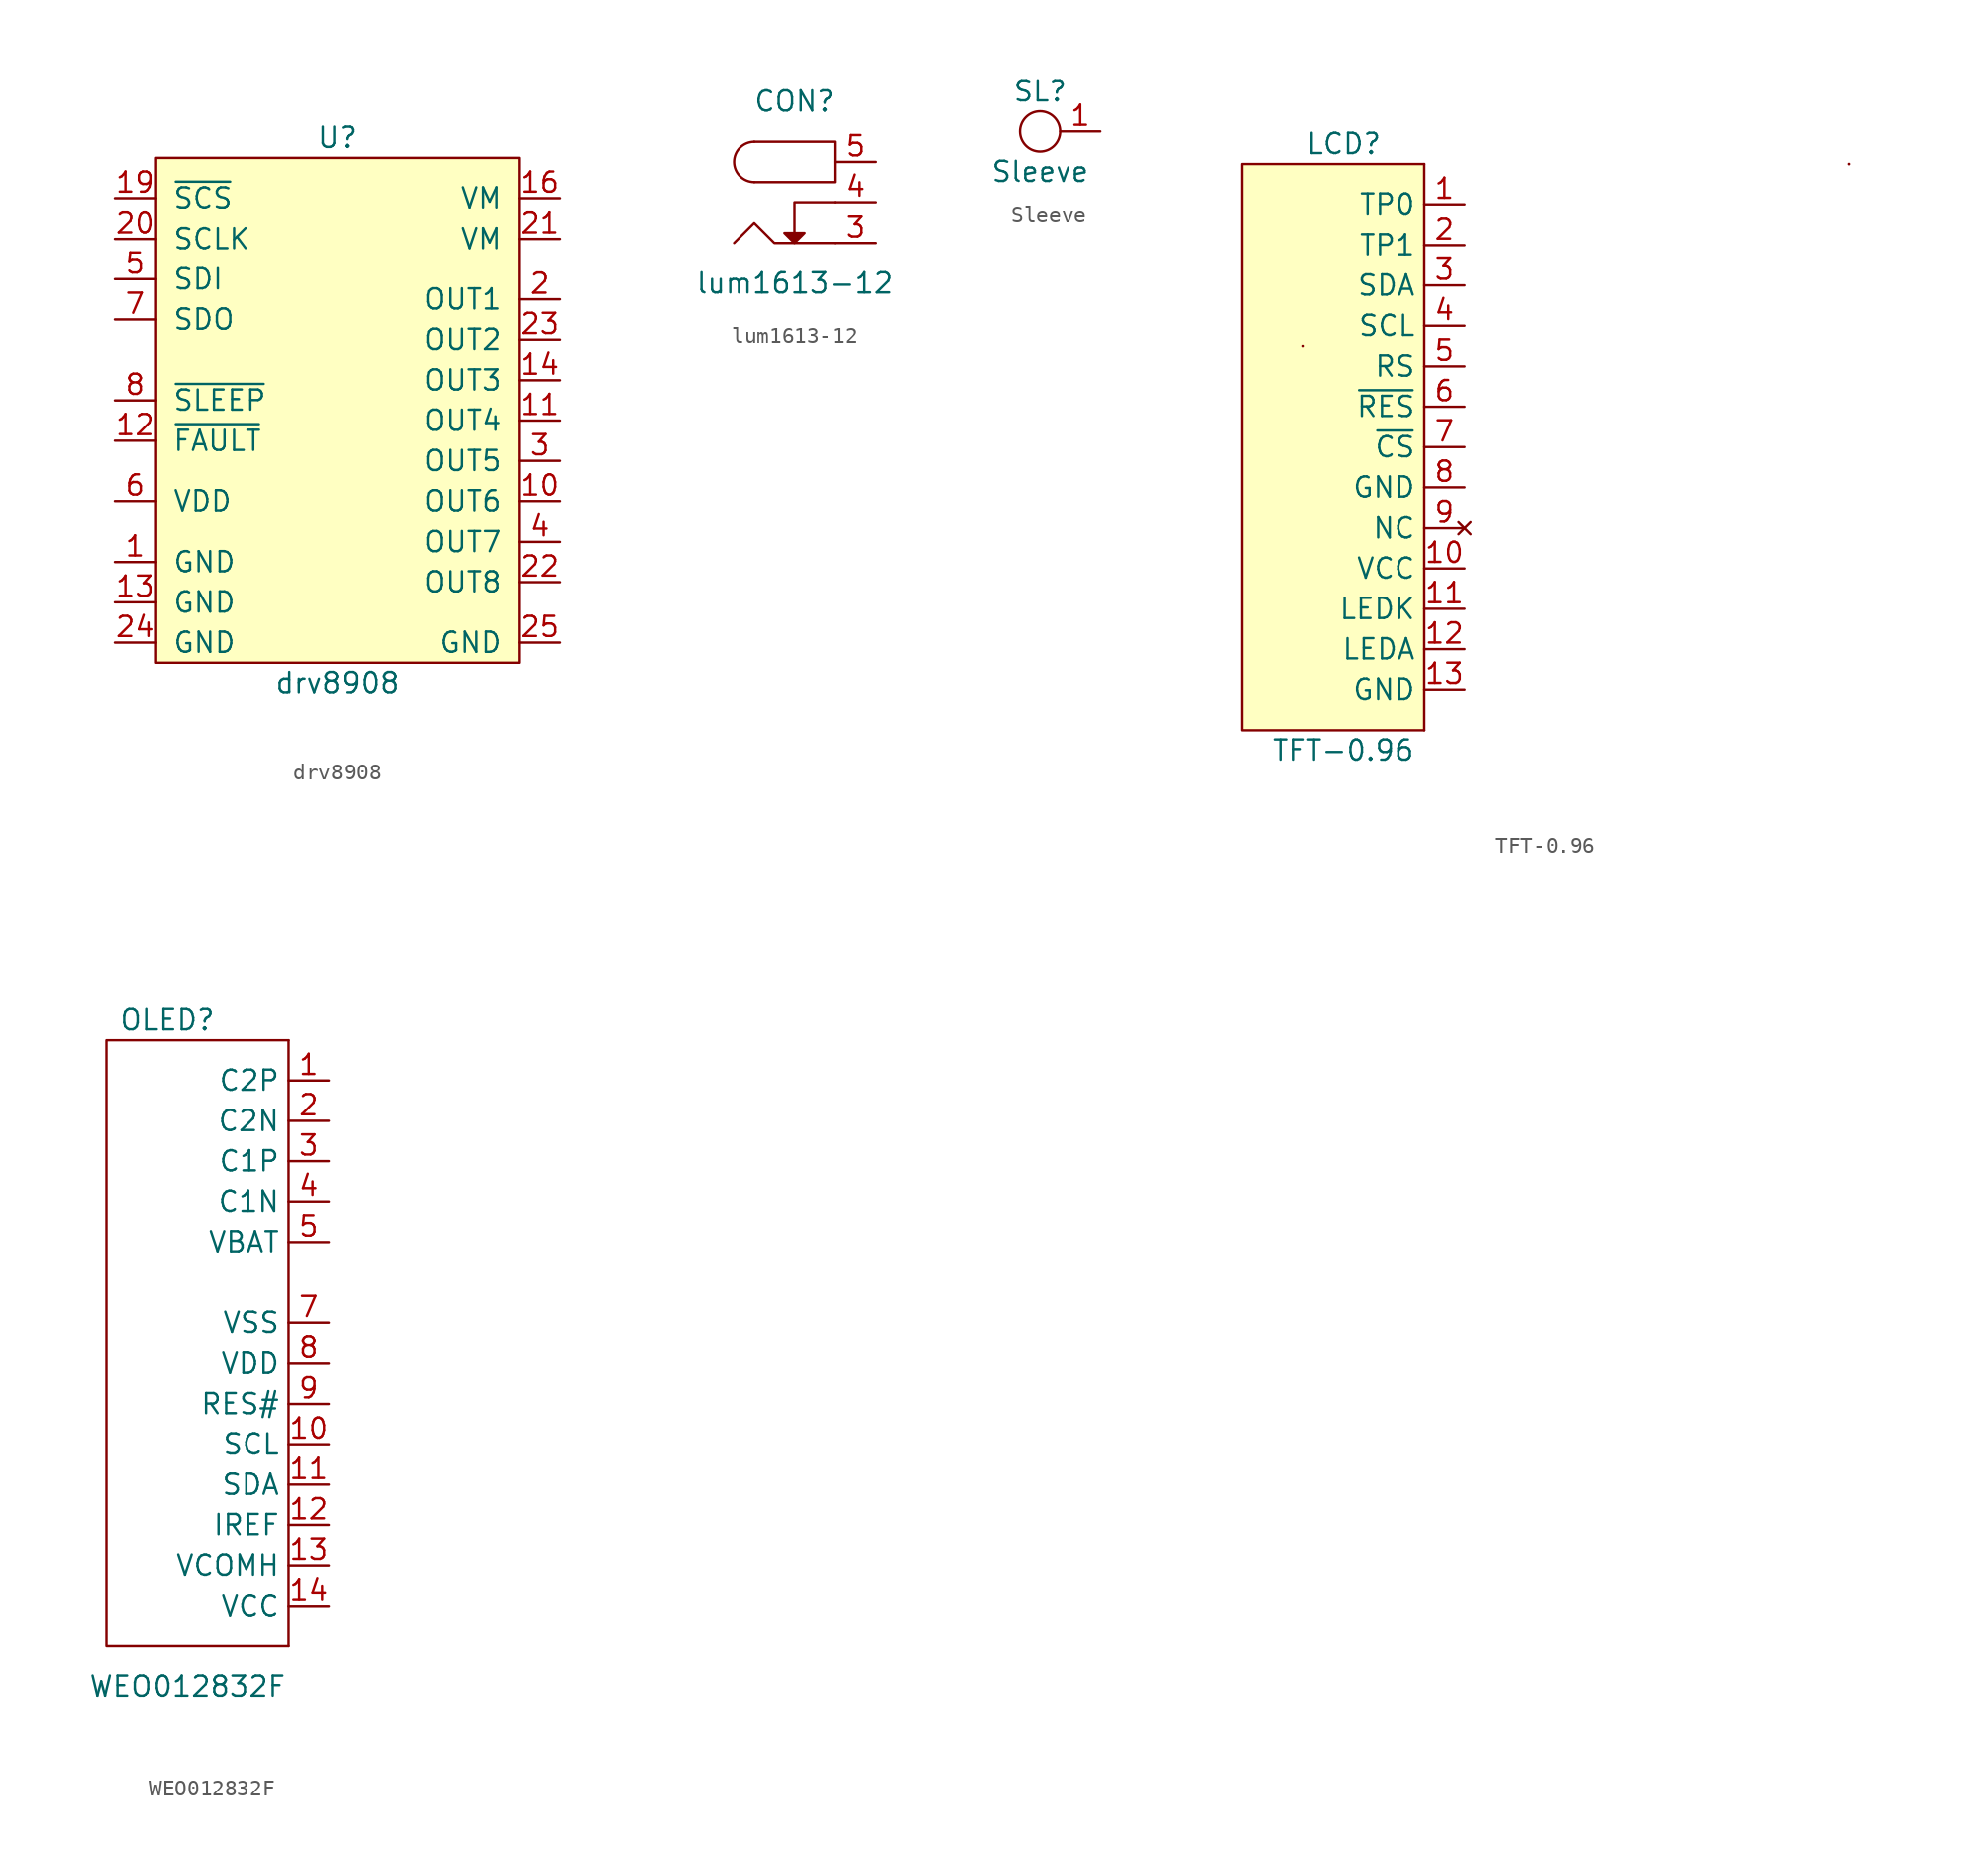
<source format=kicad_sym>
(kicad_symbol_lib
  (version 20211014)
  (generator kicad_symbol_editor)
  (symbol "drv8908"
    (pin_names
      (offset 1.016))
    (property "Reference" "U"
      (at 0 16.51 0)
      (effects (font (size 1.27 1.27))))
    (property "Value" "drv8908"
      (at 0 -17.78 0)
      (effects (font (size 1.27 1.27))))
    (symbol "drv8908_0_1"
      (rectangle (start -11.43 15.24) (end 11.43 -16.51) (stroke (width 0) (type default) (color 0 0 0 0)) (fill (type background))))
    (symbol "drv8908_1_1"
      (pin power_in line (at -13.97 -10.16 0) (length 2.54) (name "GND" (effects (font (size 1.27 1.27)))) (number "1" (effects (font (size 1.27 1.27)))))
      (pin output line (at 13.97 -6.35 180) (length 2.54) (name "OUT6" (effects (font (size 1.27 1.27)))) (number "10" (effects (font (size 1.27 1.27)))))
      (pin output line (at 13.97 -1.27 180) (length 2.54) (name "OUT4" (effects (font (size 1.27 1.27)))) (number "11" (effects (font (size 1.27 1.27)))))
      (pin open_collector line (at -13.97 -2.54 0) (length 2.54) (name "~{FAULT}" (effects (font (size 1.27 1.27)))) (number "12" (effects (font (size 1.27 1.27)))))
      (pin power_in line (at -13.97 -12.7 0) (length 2.54) (name "GND" (effects (font (size 1.27 1.27)))) (number "13" (effects (font (size 1.27 1.27)))))
      (pin output line (at 13.97 1.27 180) (length 2.54) (name "OUT3" (effects (font (size 1.27 1.27)))) (number "14" (effects (font (size 1.27 1.27)))))
      (pin power_in line (at 13.97 12.7 180) (length 2.54) (name "VM" (effects (font (size 1.27 1.27)))) (number "16" (effects (font (size 1.27 1.27)))))
      (pin input line (at -13.97 12.7 0) (length 2.54) (name "~{SCS}" (effects (font (size 1.27 1.27)))) (number "19" (effects (font (size 1.27 1.27)))))
      (pin output line (at 13.97 6.35 180) (length 2.54) (name "OUT1" (effects (font (size 1.27 1.27)))) (number "2" (effects (font (size 1.27 1.27)))))
      (pin input line (at -13.97 10.16 0) (length 2.54) (name "SCLK" (effects (font (size 1.27 1.27)))) (number "20" (effects (font (size 1.27 1.27)))))
      (pin power_in line (at 13.97 10.16 180) (length 2.54) (name "VM" (effects (font (size 1.27 1.27)))) (number "21" (effects (font (size 1.27 1.27)))))
      (pin output line (at 13.97 -11.43 180) (length 2.54) (name "OUT8" (effects (font (size 1.27 1.27)))) (number "22" (effects (font (size 1.27 1.27)))))
      (pin output line (at 13.97 3.81 180) (length 2.54) (name "OUT2" (effects (font (size 1.27 1.27)))) (number "23" (effects (font (size 1.27 1.27)))))
      (pin power_in line (at -13.97 -15.24 0) (length 2.54) (name "GND" (effects (font (size 1.27 1.27)))) (number "24" (effects (font (size 1.27 1.27)))))
      (pin passive line (at 13.97 -15.24 180) (length 2.54) (name "GND" (effects (font (size 1.27 1.27)))) (number "25" (effects (font (size 1.27 1.27)))))
      (pin output line (at 13.97 -3.81 180) (length 2.54) (name "OUT5" (effects (font (size 1.27 1.27)))) (number "3" (effects (font (size 1.27 1.27)))))
      (pin output line (at 13.97 -8.89 180) (length 2.54) (name "OUT7" (effects (font (size 1.27 1.27)))) (number "4" (effects (font (size 1.27 1.27)))))
      (pin input line (at -13.97 7.62 0) (length 2.54) (name "SDI" (effects (font (size 1.27 1.27)))) (number "5" (effects (font (size 1.27 1.27)))))
      (pin power_in line (at -13.97 -6.35 0) (length 2.54) (name "VDD" (effects (font (size 1.27 1.27)))) (number "6" (effects (font (size 1.27 1.27)))))
      (pin output line (at -13.97 5.08 0) (length 2.54) (name "SDO" (effects (font (size 1.27 1.27)))) (number "7" (effects (font (size 1.27 1.27)))))
      (pin input line (at -13.97 0 0) (length 2.54) (name "~{SLEEP}" (effects (font (size 1.27 1.27)))) (number "8" (effects (font (size 1.27 1.27)))))))
  (symbol "lum1613-12"
    (pin_names
      (offset 1.016))
    (property "Reference" "CON"
      (at 0 6.35 0)
      (effects (font (size 1.27 1.27))))
    (property "Value" "lum1613-12"
      (at 0 -5.08 0)
      (effects (font (size 1.27 1.27))))
    (symbol "lum1613-12_0_1"
      (arc (start -2.54 3.81) (mid -3.81 2.54) (end -2.54 1.27) (stroke (width 0) (type default) (color 0 0 0 0)) (fill (type none)))
      (polyline (pts (xy 2.54 0) (xy 0 0) (xy 0 -1.905)) (stroke (width 0) (type default) (color 0 0 0 0)) (fill (type none)))
      (polyline (pts (xy -2.54 3.81) (xy 2.54 3.81) (xy 2.54 1.27) (xy -2.54 1.27)) (stroke (width 0) (type default) (color 0 0 0 0)) (fill (type none)))
      (polyline (pts (xy -0.635 -1.905) (xy 0 -2.54) (xy 0.635 -1.905) (xy -0.635 -1.905)) (stroke (width 0) (type default) (color 0 0 0 0)) (fill (type outline)))
      (polyline (pts (xy 2.54 -2.54) (xy -1.27 -2.54) (xy -2.54 -1.27) (xy -3.81 -2.54)) (stroke (width 0) (type default) (color 0 0 0 0)) (fill (type none))))
    (symbol "lum1613-12_1_1"
      (pin passive line (at 5.08 -2.54 180) (length 2.54) (name "~" (effects (font (size 1.27 1.27)))) (number "3" (effects (font (size 1.27 1.27)))))
      (pin passive line (at 5.08 0 180) (length 2.54) (name "~" (effects (font (size 1.27 1.27)))) (number "4" (effects (font (size 1.27 1.27)))))
      (pin passive line (at 5.08 2.54 180) (length 2.54) (name "~" (effects (font (size 1.27 1.27)))) (number "5" (effects (font (size 1.27 1.27)))))))
  (symbol "Sleeve"
    (pin_names
      (offset 1.016))
    (property "Reference" "SL"
      (at 0 2.54 0)
      (effects (font (size 1.27 1.27))))
    (property "Value" "Sleeve"
      (at 0 -2.54 0)
      (effects (font (size 1.27 1.27))))
    (symbol "Sleeve_0_1"
      (circle (center 0 0) (radius 1.27) (stroke (width 0) (type default) (color 0 0 0 0)) (fill (type none))))
    (symbol "Sleeve_1_1"
      (pin passive line (at 3.81 0 180) (length 2.54) (name "~" (effects (font (size 1.27 1.27)))) (number "1" (effects (font (size 1.27 1.27)))))))
  (symbol "TFT-0.96"
    (property "Reference" "LCD"
      (at 0 19.05 0)
      (effects (font (size 1.27 1.27))))
    (property "Value" "TFT-0.96"
      (at 0 -19.05 0)
      (effects (font (size 1.27 1.27))))
    (symbol "TFT-0.96_0_1"
      (rectangle (start -2.54 6.35) (end -2.54 6.35) (stroke (width 0) (type default) (color 0 0 0 0)) (fill (type none)))
      (rectangle (start -2.54 6.35) (end -2.54 6.35) (stroke (width 0) (type default) (color 0 0 0 0)) (fill (type none)))
      (polyline (pts (xy 5.08 17.78) (xy 5.08 -17.78)) (stroke (width 0) (type default) (color 0 0 0 0)) (fill (type none)))
      (polyline (pts (xy 5.08 17.78) (xy -6.35 17.78) (xy -6.35 -17.78) (xy 5.08 -17.78)) (stroke (width 0) (type default) (color 0 0 0 0)) (fill (type background)))
      (rectangle (start 31.75 17.78) (end 31.75 17.78) (stroke (width 0) (type default) (color 0 0 0 0)) (fill (type none)))
      (rectangle (start 31.75 17.78) (end 31.75 17.78) (stroke (width 0) (type default) (color 0 0 0 0)) (fill (type none)))
      (rectangle (start 31.75 17.78) (end 31.75 17.78) (stroke (width 0) (type default) (color 0 0 0 0)) (fill (type none))))
    (symbol "TFT-0.96_1_1"
      (pin passive line (at 7.62 15.24 180) (length 2.54) (name "TP0" (effects (font (size 1.27 1.27)))) (number "1" (effects (font (size 1.27 1.27)))))
      (pin power_in line (at 7.62 -7.62 180) (length 2.54) (name "VCC" (effects (font (size 1.27 1.27)))) (number "10" (effects (font (size 1.27 1.27)))))
      (pin input line (at 7.62 -10.16 180) (length 2.54) (name "LEDK" (effects (font (size 1.27 1.27)))) (number "11" (effects (font (size 1.27 1.27)))))
      (pin input line (at 7.62 -12.7 180) (length 2.54) (name "LEDA" (effects (font (size 1.27 1.27)))) (number "12" (effects (font (size 1.27 1.27)))))
      (pin power_in line (at 7.62 -15.24 180) (length 2.54) (name "GND" (effects (font (size 1.27 1.27)))) (number "13" (effects (font (size 1.27 1.27)))))
      (pin passive line (at 7.62 12.7 180) (length 2.54) (name "TP1" (effects (font (size 1.27 1.27)))) (number "2" (effects (font (size 1.27 1.27)))))
      (pin input line (at 7.62 10.16 180) (length 2.54) (name "SDA" (effects (font (size 1.27 1.27)))) (number "3" (effects (font (size 1.27 1.27)))))
      (pin input line (at 7.62 7.62 180) (length 2.54) (name "SCL" (effects (font (size 1.27 1.27)))) (number "4" (effects (font (size 1.27 1.27)))))
      (pin input line (at 7.62 5.08 180) (length 2.54) (name "RS" (effects (font (size 1.27 1.27)))) (number "5" (effects (font (size 1.27 1.27)))))
      (pin input line (at 7.62 2.54 180) (length 2.54) (name "~{RES}" (effects (font (size 1.27 1.27)))) (number "6" (effects (font (size 1.27 1.27)))))
      (pin input line (at 7.62 0 180) (length 2.54) (name "~{CS}" (effects (font (size 1.27 1.27)))) (number "7" (effects (font (size 1.27 1.27)))))
      (pin power_in line (at 7.62 -2.54 180) (length 2.54) (name "GND" (effects (font (size 1.27 1.27)))) (number "8" (effects (font (size 1.27 1.27)))))
      (pin no_connect line (at 7.62 -5.08 180) (length 2.54) (name "NC" (effects (font (size 1.27 1.27)))) (number "9" (effects (font (size 1.27 1.27)))))))
  (symbol "WEO012832F"
    (property "Reference" "OLED"
      (at -2.54 19.05 0)
      (effects (font (size 1.27 1.27))))
    (property "Value" "WEO012832F"
      (at -1.27 -22.86 0)
      (effects (font (size 1.27 1.27))))
    (symbol "WEO012832F_0_1"
      (polyline (pts (xy 5.08 17.78) (xy 5.08 -20.32)) (stroke (width 0) (type default) (color 0 0 0 0)) (fill (type none)))
      (polyline (pts (xy 5.08 17.78) (xy -6.35 17.78) (xy -6.35 -20.32) (xy 5.08 -20.32)) (stroke (width 0) (type default) (color 0 0 0 0)) (fill (type none))))
    (symbol "WEO012832F_1_1"
      (pin input line (at 7.62 15.24 180) (length 2.54) (name "C2P" (effects (font (size 1.27 1.27)))) (number "1" (effects (font (size 1.27 1.27)))))
      (pin bidirectional line (at 7.62 -7.62 180) (length 2.54) (name "SCL" (effects (font (size 1.27 1.27)))) (number "10" (effects (font (size 1.27 1.27)))))
      (pin bidirectional line (at 7.62 -10.16 180) (length 2.54) (name "SDA" (effects (font (size 1.27 1.27)))) (number "11" (effects (font (size 1.27 1.27)))))
      (pin input line (at 7.62 -12.7 180) (length 2.54) (name "IREF" (effects (font (size 1.27 1.27)))) (number "12" (effects (font (size 1.27 1.27)))))
      (pin input line (at 7.62 -15.24 180) (length 2.54) (name "VCOMH" (effects (font (size 1.27 1.27)))) (number "13" (effects (font (size 1.27 1.27)))))
      (pin input line (at 7.62 -17.78 180) (length 2.54) (name "VCC" (effects (font (size 1.27 1.27)))) (number "14" (effects (font (size 1.27 1.27)))))
      (pin input line (at 7.62 12.7 180) (length 2.54) (name "C2N" (effects (font (size 1.27 1.27)))) (number "2" (effects (font (size 1.27 1.27)))))
      (pin input line (at 7.62 10.16 180) (length 2.54) (name "C1P" (effects (font (size 1.27 1.27)))) (number "3" (effects (font (size 1.27 1.27)))))
      (pin input line (at 7.62 7.62 180) (length 2.54) (name "C1N" (effects (font (size 1.27 1.27)))) (number "4" (effects (font (size 1.27 1.27)))))
      (pin input line (at 7.62 5.08 180) (length 2.54) (name "VBAT" (effects (font (size 1.27 1.27)))) (number "5" (effects (font (size 1.27 1.27)))))
      (pin input line (at 7.62 2.54 180) (length 2.54) hide (name "NC" (effects (font (size 1.27 1.27)))) (number "6" (effects (font (size 1.27 1.27)))))
      (pin input line (at 7.62 0 180) (length 2.54) (name "VSS" (effects (font (size 1.27 1.27)))) (number "7" (effects (font (size 1.27 1.27)))))
      (pin input line (at 7.62 -2.54 180) (length 2.54) (name "VDD" (effects (font (size 1.27 1.27)))) (number "8" (effects (font (size 1.27 1.27)))))
      (pin input line (at 7.62 -5.08 180) (length 2.54) (name "RES#" (effects (font (size 1.27 1.27)))) (number "9" (effects (font (size 1.27 1.27))))))))
</source>
